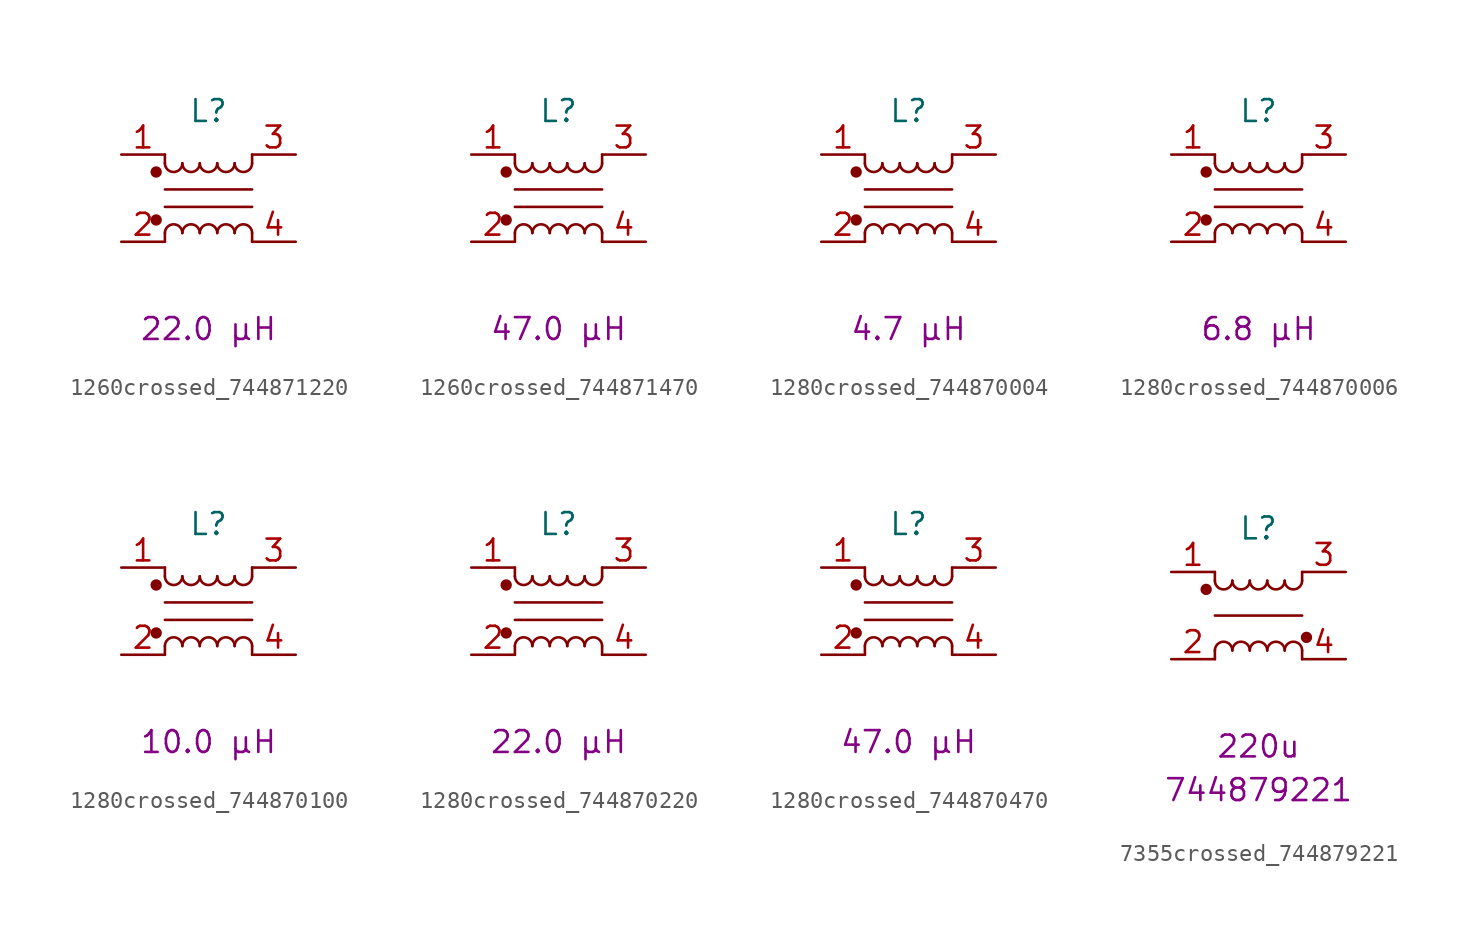
<source format=kicad_sym>
(kicad_symbol_lib
  (version 20241209)
  (generator "kicad_symbol_editor")
  (generator_version "9.0")
  (symbol "1260crossed_744871220"
    (pin_names
      (hide yes))
    (property "Reference" "L"
      (at 0 5.08 0)
      (effects (font (size 1.27 1.27))))
    (property "Critical Parameter" "22.0 µH"
      (at 0 -7.62 0)
      (effects (font (size 1.27 1.27))))
    (symbol "1260crossed_744871220_0_1"
      (circle (center -3.048 1.524) (radius 0.254) (stroke (width 0) (type default)) (fill (type outline)))
      (circle (center -3.048 -1.27) (radius 0.254) (stroke (width 0) (type default)) (fill (type outline)))
      (polyline (pts (xy -2.54 2.032) (xy -2.54 2.54)) (stroke (width 0) (type default)) (fill (type none)))
      (polyline (pts (xy -2.54 0.508) (xy 2.54 0.508)) (stroke (width 0) (type default)) (fill (type none)))
      (polyline (pts (xy -2.54 -2.032) (xy -2.54 -2.54)) (stroke (width 0) (type default)) (fill (type none)))
      (arc (start -1.524 2.032) (mid -2.032 1.5262) (end -2.54 2.032) (stroke (width 0) (type default)) (fill (type none)))
      (arc (start -2.54 -2.032) (mid -2.032 -1.5262) (end -1.524 -2.032) (stroke (width 0) (type default)) (fill (type none)))
      (arc (start -0.508 2.032) (mid -1.016 1.5262) (end -1.524 2.032) (stroke (width 0) (type default)) (fill (type none)))
      (arc (start -1.524 -2.032) (mid -1.016 -1.5262) (end -0.508 -2.032) (stroke (width 0) (type default)) (fill (type none)))
      (arc (start 0.508 2.032) (mid 0 1.5262) (end -0.508 2.032) (stroke (width 0) (type default)) (fill (type none)))
      (arc (start -0.508 -2.032) (mid 0 -1.5262) (end 0.508 -2.032) (stroke (width 0) (type default)) (fill (type none)))
      (arc (start 1.524 2.032) (mid 1.016 1.5262) (end 0.508 2.032) (stroke (width 0) (type default)) (fill (type none)))
      (arc (start 0.508 -2.032) (mid 1.016 -1.5262) (end 1.524 -2.032) (stroke (width 0) (type default)) (fill (type none)))
      (arc (start 2.54 2.032) (mid 2.032 1.5262) (end 1.524 2.032) (stroke (width 0) (type default)) (fill (type none)))
      (arc (start 1.524 -2.032) (mid 2.032 -1.5262) (end 2.54 -2.032) (stroke (width 0) (type default)) (fill (type none)))
      (polyline (pts (xy 2.54 2.54) (xy 2.54 2.032)) (stroke (width 0) (type default)) (fill (type none)))
      (polyline (pts (xy 2.54 -0.508) (xy -2.54 -0.508)) (stroke (width 0) (type default)) (fill (type none)))
      (polyline (pts (xy 2.54 -2.032) (xy 2.54 -2.54)) (stroke (width 0) (type default)) (fill (type none))))
    (symbol "1260crossed_744871220_1_1"
      (pin passive line (at -5.08 2.54 0) (length 2.54) (name "1" (effects (font (size 1.27 1.27)))) (number "1" (effects (font (size 1.27 1.27)))))
      (pin passive line (at -5.08 -2.54 0) (length 2.54) (name "2" (effects (font (size 1.27 1.27)))) (number "2" (effects (font (size 1.27 1.27)))))
      (pin passive line (at 5.08 2.54 180) (length 2.54) (name "3" (effects (font (size 1.27 1.27)))) (number "3" (effects (font (size 1.27 1.27)))))
      (pin passive line (at 5.08 -2.54 180) (length 2.54) (name "4" (effects (font (size 1.27 1.27)))) (number "4" (effects (font (size 1.27 1.27)))))))
  (symbol "1260crossed_744871470"
    (pin_names
      (hide yes))
    (property "Reference" "L"
      (at 0 5.08 0)
      (effects (font (size 1.27 1.27))))
    (property "Critical Parameter" "47.0 µH"
      (at 0 -7.62 0)
      (effects (font (size 1.27 1.27))))
    (symbol "1260crossed_744871470_0_1"
      (circle (center -3.048 1.524) (radius 0.254) (stroke (width 0) (type default)) (fill (type outline)))
      (circle (center -3.048 -1.27) (radius 0.254) (stroke (width 0) (type default)) (fill (type outline)))
      (polyline (pts (xy -2.54 2.032) (xy -2.54 2.54)) (stroke (width 0) (type default)) (fill (type none)))
      (polyline (pts (xy -2.54 0.508) (xy 2.54 0.508)) (stroke (width 0) (type default)) (fill (type none)))
      (polyline (pts (xy -2.54 -2.032) (xy -2.54 -2.54)) (stroke (width 0) (type default)) (fill (type none)))
      (arc (start -1.524 2.032) (mid -2.032 1.5262) (end -2.54 2.032) (stroke (width 0) (type default)) (fill (type none)))
      (arc (start -2.54 -2.032) (mid -2.032 -1.5262) (end -1.524 -2.032) (stroke (width 0) (type default)) (fill (type none)))
      (arc (start -0.508 2.032) (mid -1.016 1.5262) (end -1.524 2.032) (stroke (width 0) (type default)) (fill (type none)))
      (arc (start -1.524 -2.032) (mid -1.016 -1.5262) (end -0.508 -2.032) (stroke (width 0) (type default)) (fill (type none)))
      (arc (start 0.508 2.032) (mid 0 1.5262) (end -0.508 2.032) (stroke (width 0) (type default)) (fill (type none)))
      (arc (start -0.508 -2.032) (mid 0 -1.5262) (end 0.508 -2.032) (stroke (width 0) (type default)) (fill (type none)))
      (arc (start 1.524 2.032) (mid 1.016 1.5262) (end 0.508 2.032) (stroke (width 0) (type default)) (fill (type none)))
      (arc (start 0.508 -2.032) (mid 1.016 -1.5262) (end 1.524 -2.032) (stroke (width 0) (type default)) (fill (type none)))
      (arc (start 2.54 2.032) (mid 2.032 1.5262) (end 1.524 2.032) (stroke (width 0) (type default)) (fill (type none)))
      (arc (start 1.524 -2.032) (mid 2.032 -1.5262) (end 2.54 -2.032) (stroke (width 0) (type default)) (fill (type none)))
      (polyline (pts (xy 2.54 2.54) (xy 2.54 2.032)) (stroke (width 0) (type default)) (fill (type none)))
      (polyline (pts (xy 2.54 -0.508) (xy -2.54 -0.508)) (stroke (width 0) (type default)) (fill (type none)))
      (polyline (pts (xy 2.54 -2.032) (xy 2.54 -2.54)) (stroke (width 0) (type default)) (fill (type none))))
    (symbol "1260crossed_744871470_1_1"
      (pin passive line (at -5.08 2.54 0) (length 2.54) (name "1" (effects (font (size 1.27 1.27)))) (number "1" (effects (font (size 1.27 1.27)))))
      (pin passive line (at -5.08 -2.54 0) (length 2.54) (name "2" (effects (font (size 1.27 1.27)))) (number "2" (effects (font (size 1.27 1.27)))))
      (pin passive line (at 5.08 2.54 180) (length 2.54) (name "3" (effects (font (size 1.27 1.27)))) (number "3" (effects (font (size 1.27 1.27)))))
      (pin passive line (at 5.08 -2.54 180) (length 2.54) (name "4" (effects (font (size 1.27 1.27)))) (number "4" (effects (font (size 1.27 1.27)))))))
  (symbol "1280crossed_744870004"
    (pin_names
      (hide yes))
    (property "Reference" "L"
      (at 0 5.08 0)
      (effects (font (size 1.27 1.27))))
    (property "Critical Parameter" "4.7 µH"
      (at 0 -7.62 0)
      (effects (font (size 1.27 1.27))))
    (symbol "1280crossed_744870004_0_1"
      (circle (center -3.048 1.524) (radius 0.254) (stroke (width 0) (type default)) (fill (type outline)))
      (circle (center -3.048 -1.27) (radius 0.254) (stroke (width 0) (type default)) (fill (type outline)))
      (polyline (pts (xy -2.54 2.032) (xy -2.54 2.54)) (stroke (width 0) (type default)) (fill (type none)))
      (polyline (pts (xy -2.54 0.508) (xy 2.54 0.508)) (stroke (width 0) (type default)) (fill (type none)))
      (polyline (pts (xy -2.54 -2.032) (xy -2.54 -2.54)) (stroke (width 0) (type default)) (fill (type none)))
      (arc (start -1.524 2.032) (mid -2.032 1.5262) (end -2.54 2.032) (stroke (width 0) (type default)) (fill (type none)))
      (arc (start -2.54 -2.032) (mid -2.032 -1.5262) (end -1.524 -2.032) (stroke (width 0) (type default)) (fill (type none)))
      (arc (start -0.508 2.032) (mid -1.016 1.5262) (end -1.524 2.032) (stroke (width 0) (type default)) (fill (type none)))
      (arc (start -1.524 -2.032) (mid -1.016 -1.5262) (end -0.508 -2.032) (stroke (width 0) (type default)) (fill (type none)))
      (arc (start 0.508 2.032) (mid 0 1.5262) (end -0.508 2.032) (stroke (width 0) (type default)) (fill (type none)))
      (arc (start -0.508 -2.032) (mid 0 -1.5262) (end 0.508 -2.032) (stroke (width 0) (type default)) (fill (type none)))
      (arc (start 1.524 2.032) (mid 1.016 1.5262) (end 0.508 2.032) (stroke (width 0) (type default)) (fill (type none)))
      (arc (start 0.508 -2.032) (mid 1.016 -1.5262) (end 1.524 -2.032) (stroke (width 0) (type default)) (fill (type none)))
      (arc (start 2.54 2.032) (mid 2.032 1.5262) (end 1.524 2.032) (stroke (width 0) (type default)) (fill (type none)))
      (arc (start 1.524 -2.032) (mid 2.032 -1.5262) (end 2.54 -2.032) (stroke (width 0) (type default)) (fill (type none)))
      (polyline (pts (xy 2.54 2.54) (xy 2.54 2.032)) (stroke (width 0) (type default)) (fill (type none)))
      (polyline (pts (xy 2.54 -0.508) (xy -2.54 -0.508)) (stroke (width 0) (type default)) (fill (type none)))
      (polyline (pts (xy 2.54 -2.032) (xy 2.54 -2.54)) (stroke (width 0) (type default)) (fill (type none))))
    (symbol "1280crossed_744870004_1_1"
      (pin passive line (at -5.08 2.54 0) (length 2.54) (name "1" (effects (font (size 1.27 1.27)))) (number "1" (effects (font (size 1.27 1.27)))))
      (pin passive line (at -5.08 -2.54 0) (length 2.54) (name "2" (effects (font (size 1.27 1.27)))) (number "2" (effects (font (size 1.27 1.27)))))
      (pin passive line (at 5.08 2.54 180) (length 2.54) (name "3" (effects (font (size 1.27 1.27)))) (number "3" (effects (font (size 1.27 1.27)))))
      (pin passive line (at 5.08 -2.54 180) (length 2.54) (name "4" (effects (font (size 1.27 1.27)))) (number "4" (effects (font (size 1.27 1.27)))))))
  (symbol "1280crossed_744870006"
    (pin_names
      (hide yes))
    (property "Reference" "L"
      (at 0 5.08 0)
      (effects (font (size 1.27 1.27))))
    (property "Critical Parameter" "6.8 µH"
      (at 0 -7.62 0)
      (effects (font (size 1.27 1.27))))
    (symbol "1280crossed_744870006_0_1"
      (circle (center -3.048 1.524) (radius 0.254) (stroke (width 0) (type default)) (fill (type outline)))
      (circle (center -3.048 -1.27) (radius 0.254) (stroke (width 0) (type default)) (fill (type outline)))
      (polyline (pts (xy -2.54 2.032) (xy -2.54 2.54)) (stroke (width 0) (type default)) (fill (type none)))
      (polyline (pts (xy -2.54 0.508) (xy 2.54 0.508)) (stroke (width 0) (type default)) (fill (type none)))
      (polyline (pts (xy -2.54 -2.032) (xy -2.54 -2.54)) (stroke (width 0) (type default)) (fill (type none)))
      (arc (start -1.524 2.032) (mid -2.032 1.5262) (end -2.54 2.032) (stroke (width 0) (type default)) (fill (type none)))
      (arc (start -2.54 -2.032) (mid -2.032 -1.5262) (end -1.524 -2.032) (stroke (width 0) (type default)) (fill (type none)))
      (arc (start -0.508 2.032) (mid -1.016 1.5262) (end -1.524 2.032) (stroke (width 0) (type default)) (fill (type none)))
      (arc (start -1.524 -2.032) (mid -1.016 -1.5262) (end -0.508 -2.032) (stroke (width 0) (type default)) (fill (type none)))
      (arc (start 0.508 2.032) (mid 0 1.5262) (end -0.508 2.032) (stroke (width 0) (type default)) (fill (type none)))
      (arc (start -0.508 -2.032) (mid 0 -1.5262) (end 0.508 -2.032) (stroke (width 0) (type default)) (fill (type none)))
      (arc (start 1.524 2.032) (mid 1.016 1.5262) (end 0.508 2.032) (stroke (width 0) (type default)) (fill (type none)))
      (arc (start 0.508 -2.032) (mid 1.016 -1.5262) (end 1.524 -2.032) (stroke (width 0) (type default)) (fill (type none)))
      (arc (start 2.54 2.032) (mid 2.032 1.5262) (end 1.524 2.032) (stroke (width 0) (type default)) (fill (type none)))
      (arc (start 1.524 -2.032) (mid 2.032 -1.5262) (end 2.54 -2.032) (stroke (width 0) (type default)) (fill (type none)))
      (polyline (pts (xy 2.54 2.54) (xy 2.54 2.032)) (stroke (width 0) (type default)) (fill (type none)))
      (polyline (pts (xy 2.54 -0.508) (xy -2.54 -0.508)) (stroke (width 0) (type default)) (fill (type none)))
      (polyline (pts (xy 2.54 -2.032) (xy 2.54 -2.54)) (stroke (width 0) (type default)) (fill (type none))))
    (symbol "1280crossed_744870006_1_1"
      (pin passive line (at -5.08 2.54 0) (length 2.54) (name "1" (effects (font (size 1.27 1.27)))) (number "1" (effects (font (size 1.27 1.27)))))
      (pin passive line (at -5.08 -2.54 0) (length 2.54) (name "2" (effects (font (size 1.27 1.27)))) (number "2" (effects (font (size 1.27 1.27)))))
      (pin passive line (at 5.08 2.54 180) (length 2.54) (name "3" (effects (font (size 1.27 1.27)))) (number "3" (effects (font (size 1.27 1.27)))))
      (pin passive line (at 5.08 -2.54 180) (length 2.54) (name "4" (effects (font (size 1.27 1.27)))) (number "4" (effects (font (size 1.27 1.27)))))))
  (symbol "1280crossed_744870100"
    (pin_names
      (hide yes))
    (property "Reference" "L"
      (at 0 5.08 0)
      (effects (font (size 1.27 1.27))))
    (property "Critical Parameter" "10.0 µH"
      (at 0 -7.62 0)
      (effects (font (size 1.27 1.27))))
    (symbol "1280crossed_744870100_0_1"
      (circle (center -3.048 1.524) (radius 0.254) (stroke (width 0) (type default)) (fill (type outline)))
      (circle (center -3.048 -1.27) (radius 0.254) (stroke (width 0) (type default)) (fill (type outline)))
      (polyline (pts (xy -2.54 2.032) (xy -2.54 2.54)) (stroke (width 0) (type default)) (fill (type none)))
      (polyline (pts (xy -2.54 0.508) (xy 2.54 0.508)) (stroke (width 0) (type default)) (fill (type none)))
      (polyline (pts (xy -2.54 -2.032) (xy -2.54 -2.54)) (stroke (width 0) (type default)) (fill (type none)))
      (arc (start -1.524 2.032) (mid -2.032 1.5262) (end -2.54 2.032) (stroke (width 0) (type default)) (fill (type none)))
      (arc (start -2.54 -2.032) (mid -2.032 -1.5262) (end -1.524 -2.032) (stroke (width 0) (type default)) (fill (type none)))
      (arc (start -0.508 2.032) (mid -1.016 1.5262) (end -1.524 2.032) (stroke (width 0) (type default)) (fill (type none)))
      (arc (start -1.524 -2.032) (mid -1.016 -1.5262) (end -0.508 -2.032) (stroke (width 0) (type default)) (fill (type none)))
      (arc (start 0.508 2.032) (mid 0 1.5262) (end -0.508 2.032) (stroke (width 0) (type default)) (fill (type none)))
      (arc (start -0.508 -2.032) (mid 0 -1.5262) (end 0.508 -2.032) (stroke (width 0) (type default)) (fill (type none)))
      (arc (start 1.524 2.032) (mid 1.016 1.5262) (end 0.508 2.032) (stroke (width 0) (type default)) (fill (type none)))
      (arc (start 0.508 -2.032) (mid 1.016 -1.5262) (end 1.524 -2.032) (stroke (width 0) (type default)) (fill (type none)))
      (arc (start 2.54 2.032) (mid 2.032 1.5262) (end 1.524 2.032) (stroke (width 0) (type default)) (fill (type none)))
      (arc (start 1.524 -2.032) (mid 2.032 -1.5262) (end 2.54 -2.032) (stroke (width 0) (type default)) (fill (type none)))
      (polyline (pts (xy 2.54 2.54) (xy 2.54 2.032)) (stroke (width 0) (type default)) (fill (type none)))
      (polyline (pts (xy 2.54 -0.508) (xy -2.54 -0.508)) (stroke (width 0) (type default)) (fill (type none)))
      (polyline (pts (xy 2.54 -2.032) (xy 2.54 -2.54)) (stroke (width 0) (type default)) (fill (type none))))
    (symbol "1280crossed_744870100_1_1"
      (pin passive line (at -5.08 2.54 0) (length 2.54) (name "1" (effects (font (size 1.27 1.27)))) (number "1" (effects (font (size 1.27 1.27)))))
      (pin passive line (at -5.08 -2.54 0) (length 2.54) (name "2" (effects (font (size 1.27 1.27)))) (number "2" (effects (font (size 1.27 1.27)))))
      (pin passive line (at 5.08 2.54 180) (length 2.54) (name "3" (effects (font (size 1.27 1.27)))) (number "3" (effects (font (size 1.27 1.27)))))
      (pin passive line (at 5.08 -2.54 180) (length 2.54) (name "4" (effects (font (size 1.27 1.27)))) (number "4" (effects (font (size 1.27 1.27)))))))
  (symbol "1280crossed_744870220"
    (pin_names
      (hide yes))
    (property "Reference" "L"
      (at 0 5.08 0)
      (effects (font (size 1.27 1.27))))
    (property "Critical Parameter" "22.0 µH"
      (at 0 -7.62 0)
      (effects (font (size 1.27 1.27))))
    (symbol "1280crossed_744870220_0_1"
      (circle (center -3.048 1.524) (radius 0.254) (stroke (width 0) (type default)) (fill (type outline)))
      (circle (center -3.048 -1.27) (radius 0.254) (stroke (width 0) (type default)) (fill (type outline)))
      (polyline (pts (xy -2.54 2.032) (xy -2.54 2.54)) (stroke (width 0) (type default)) (fill (type none)))
      (polyline (pts (xy -2.54 0.508) (xy 2.54 0.508)) (stroke (width 0) (type default)) (fill (type none)))
      (polyline (pts (xy -2.54 -2.032) (xy -2.54 -2.54)) (stroke (width 0) (type default)) (fill (type none)))
      (arc (start -1.524 2.032) (mid -2.032 1.5262) (end -2.54 2.032) (stroke (width 0) (type default)) (fill (type none)))
      (arc (start -2.54 -2.032) (mid -2.032 -1.5262) (end -1.524 -2.032) (stroke (width 0) (type default)) (fill (type none)))
      (arc (start -0.508 2.032) (mid -1.016 1.5262) (end -1.524 2.032) (stroke (width 0) (type default)) (fill (type none)))
      (arc (start -1.524 -2.032) (mid -1.016 -1.5262) (end -0.508 -2.032) (stroke (width 0) (type default)) (fill (type none)))
      (arc (start 0.508 2.032) (mid 0 1.5262) (end -0.508 2.032) (stroke (width 0) (type default)) (fill (type none)))
      (arc (start -0.508 -2.032) (mid 0 -1.5262) (end 0.508 -2.032) (stroke (width 0) (type default)) (fill (type none)))
      (arc (start 1.524 2.032) (mid 1.016 1.5262) (end 0.508 2.032) (stroke (width 0) (type default)) (fill (type none)))
      (arc (start 0.508 -2.032) (mid 1.016 -1.5262) (end 1.524 -2.032) (stroke (width 0) (type default)) (fill (type none)))
      (arc (start 2.54 2.032) (mid 2.032 1.5262) (end 1.524 2.032) (stroke (width 0) (type default)) (fill (type none)))
      (arc (start 1.524 -2.032) (mid 2.032 -1.5262) (end 2.54 -2.032) (stroke (width 0) (type default)) (fill (type none)))
      (polyline (pts (xy 2.54 2.54) (xy 2.54 2.032)) (stroke (width 0) (type default)) (fill (type none)))
      (polyline (pts (xy 2.54 -0.508) (xy -2.54 -0.508)) (stroke (width 0) (type default)) (fill (type none)))
      (polyline (pts (xy 2.54 -2.032) (xy 2.54 -2.54)) (stroke (width 0) (type default)) (fill (type none))))
    (symbol "1280crossed_744870220_1_1"
      (pin passive line (at -5.08 2.54 0) (length 2.54) (name "1" (effects (font (size 1.27 1.27)))) (number "1" (effects (font (size 1.27 1.27)))))
      (pin passive line (at -5.08 -2.54 0) (length 2.54) (name "2" (effects (font (size 1.27 1.27)))) (number "2" (effects (font (size 1.27 1.27)))))
      (pin passive line (at 5.08 2.54 180) (length 2.54) (name "3" (effects (font (size 1.27 1.27)))) (number "3" (effects (font (size 1.27 1.27)))))
      (pin passive line (at 5.08 -2.54 180) (length 2.54) (name "4" (effects (font (size 1.27 1.27)))) (number "4" (effects (font (size 1.27 1.27)))))))
  (symbol "1280crossed_744870470"
    (pin_names
      (hide yes))
    (property "Reference" "L"
      (at 0 5.08 0)
      (effects (font (size 1.27 1.27))))
    (property "Critical Parameter" "47.0 µH"
      (at 0 -7.62 0)
      (effects (font (size 1.27 1.27))))
    (symbol "1280crossed_744870470_0_1"
      (circle (center -3.048 1.524) (radius 0.254) (stroke (width 0) (type default)) (fill (type outline)))
      (circle (center -3.048 -1.27) (radius 0.254) (stroke (width 0) (type default)) (fill (type outline)))
      (polyline (pts (xy -2.54 2.032) (xy -2.54 2.54)) (stroke (width 0) (type default)) (fill (type none)))
      (polyline (pts (xy -2.54 0.508) (xy 2.54 0.508)) (stroke (width 0) (type default)) (fill (type none)))
      (polyline (pts (xy -2.54 -2.032) (xy -2.54 -2.54)) (stroke (width 0) (type default)) (fill (type none)))
      (arc (start -1.524 2.032) (mid -2.032 1.5262) (end -2.54 2.032) (stroke (width 0) (type default)) (fill (type none)))
      (arc (start -2.54 -2.032) (mid -2.032 -1.5262) (end -1.524 -2.032) (stroke (width 0) (type default)) (fill (type none)))
      (arc (start -0.508 2.032) (mid -1.016 1.5262) (end -1.524 2.032) (stroke (width 0) (type default)) (fill (type none)))
      (arc (start -1.524 -2.032) (mid -1.016 -1.5262) (end -0.508 -2.032) (stroke (width 0) (type default)) (fill (type none)))
      (arc (start 0.508 2.032) (mid 0 1.5262) (end -0.508 2.032) (stroke (width 0) (type default)) (fill (type none)))
      (arc (start -0.508 -2.032) (mid 0 -1.5262) (end 0.508 -2.032) (stroke (width 0) (type default)) (fill (type none)))
      (arc (start 1.524 2.032) (mid 1.016 1.5262) (end 0.508 2.032) (stroke (width 0) (type default)) (fill (type none)))
      (arc (start 0.508 -2.032) (mid 1.016 -1.5262) (end 1.524 -2.032) (stroke (width 0) (type default)) (fill (type none)))
      (arc (start 2.54 2.032) (mid 2.032 1.5262) (end 1.524 2.032) (stroke (width 0) (type default)) (fill (type none)))
      (arc (start 1.524 -2.032) (mid 2.032 -1.5262) (end 2.54 -2.032) (stroke (width 0) (type default)) (fill (type none)))
      (polyline (pts (xy 2.54 2.54) (xy 2.54 2.032)) (stroke (width 0) (type default)) (fill (type none)))
      (polyline (pts (xy 2.54 -0.508) (xy -2.54 -0.508)) (stroke (width 0) (type default)) (fill (type none)))
      (polyline (pts (xy 2.54 -2.032) (xy 2.54 -2.54)) (stroke (width 0) (type default)) (fill (type none))))
    (symbol "1280crossed_744870470_1_1"
      (pin passive line (at -5.08 2.54 0) (length 2.54) (name "1" (effects (font (size 1.27 1.27)))) (number "1" (effects (font (size 1.27 1.27)))))
      (pin passive line (at -5.08 -2.54 0) (length 2.54) (name "2" (effects (font (size 1.27 1.27)))) (number "2" (effects (font (size 1.27 1.27)))))
      (pin passive line (at 5.08 2.54 180) (length 2.54) (name "3" (effects (font (size 1.27 1.27)))) (number "3" (effects (font (size 1.27 1.27)))))
      (pin passive line (at 5.08 -2.54 180) (length 2.54) (name "4" (effects (font (size 1.27 1.27)))) (number "4" (effects (font (size 1.27 1.27)))))))
  (symbol "7355crossed_744879221"
    (pin_names
      (hide yes))
    (property "Reference" "L"
      (at 0 5.08 0)
      (effects (font (size 1.27 1.27))))
    (property "Part Number" "744879221"
      (at 0 -10.16 0)
      (effects (font (size 1.27 1.27))))
    (property "Critical Parameter" "220u"
      (at 0 -7.62 0)
      (effects (font (size 1.27 1.27))))
    (symbol "7355crossed_744879221_0_1"
      (circle (center -3.048 1.524) (radius 0.254) (stroke (width 0) (type default)) (fill (type outline)))
      (polyline (pts (xy -2.54 2.032) (xy -2.54 2.54)) (stroke (width 0) (type default)) (fill (type none)))
      (polyline (pts (xy -2.54 -2.032) (xy -2.54 -2.54)) (stroke (width 0) (type default)) (fill (type none)))
      (arc (start -1.524 2.032) (mid -2.032 1.5262) (end -2.54 2.032) (stroke (width 0) (type default)) (fill (type none)))
      (arc (start -2.54 -2.032) (mid -2.032 -1.5262) (end -1.524 -2.032) (stroke (width 0) (type default)) (fill (type none)))
      (arc (start -0.508 2.032) (mid -1.016 1.5262) (end -1.524 2.032) (stroke (width 0) (type default)) (fill (type none)))
      (arc (start -1.524 -2.032) (mid -1.016 -1.5262) (end -0.508 -2.032) (stroke (width 0) (type default)) (fill (type none)))
      (arc (start 0.508 2.032) (mid 0 1.5262) (end -0.508 2.032) (stroke (width 0) (type default)) (fill (type none)))
      (arc (start -0.508 -2.032) (mid 0 -1.5262) (end 0.508 -2.032) (stroke (width 0) (type default)) (fill (type none)))
      (arc (start 1.524 2.032) (mid 1.016 1.5262) (end 0.508 2.032) (stroke (width 0) (type default)) (fill (type none)))
      (arc (start 0.508 -2.032) (mid 1.016 -1.5262) (end 1.524 -2.032) (stroke (width 0) (type default)) (fill (type none)))
      (arc (start 2.54 2.032) (mid 2.032 1.5262) (end 1.524 2.032) (stroke (width 0) (type default)) (fill (type none)))
      (arc (start 1.524 -2.032) (mid 2.032 -1.5262) (end 2.54 -2.032) (stroke (width 0) (type default)) (fill (type none)))
      (polyline (pts (xy 2.54 2.54) (xy 2.54 2.032)) (stroke (width 0) (type default)) (fill (type none)))
      (polyline (pts (xy 2.54 0) (xy -2.54 0)) (stroke (width 0) (type default)) (fill (type none)))
      (polyline (pts (xy 2.54 -2.032) (xy 2.54 -2.54)) (stroke (width 0) (type default)) (fill (type none)))
      (circle (center 2.794 -1.27) (radius 0.254) (stroke (width 0) (type default)) (fill (type outline))))
    (symbol "7355crossed_744879221_1_1"
      (pin passive line (at -5.08 2.54 0) (length 2.54) (name "1" (effects (font (size 1.27 1.27)))) (number "1" (effects (font (size 1.27 1.27)))))
      (pin passive line (at -5.08 -2.54 0) (length 2.54) (name "2" (effects (font (size 1.27 1.27)))) (number "2" (effects (font (size 1.27 1.27)))))
      (pin passive line (at 5.08 2.54 180) (length 2.54) (name "3" (effects (font (size 1.27 1.27)))) (number "3" (effects (font (size 1.27 1.27)))))
      (pin passive line (at 5.08 -2.54 180) (length 2.54) (name "4" (effects (font (size 1.27 1.27)))) (number "4" (effects (font (size 1.27 1.27))))))))
</source>
